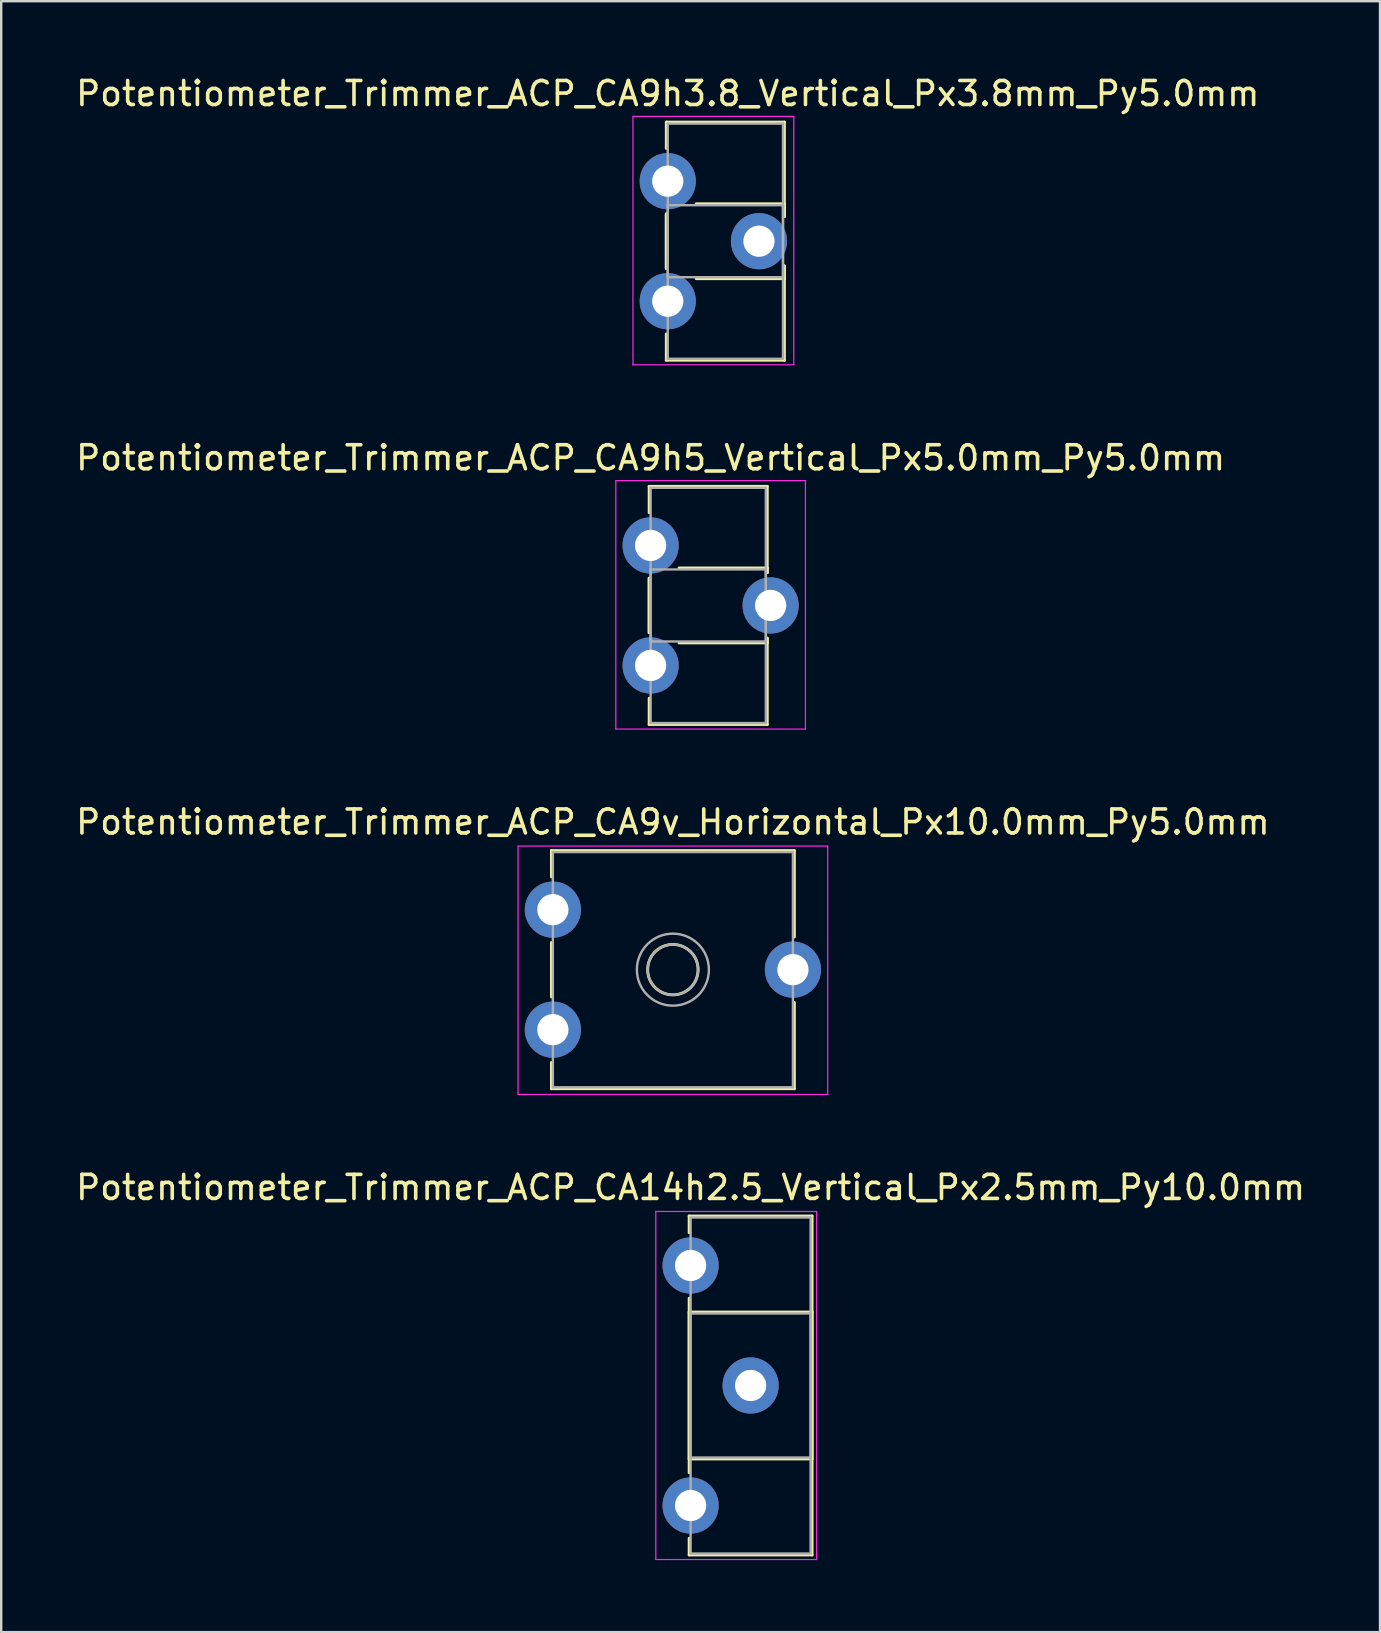
<source format=kicad_pcb>
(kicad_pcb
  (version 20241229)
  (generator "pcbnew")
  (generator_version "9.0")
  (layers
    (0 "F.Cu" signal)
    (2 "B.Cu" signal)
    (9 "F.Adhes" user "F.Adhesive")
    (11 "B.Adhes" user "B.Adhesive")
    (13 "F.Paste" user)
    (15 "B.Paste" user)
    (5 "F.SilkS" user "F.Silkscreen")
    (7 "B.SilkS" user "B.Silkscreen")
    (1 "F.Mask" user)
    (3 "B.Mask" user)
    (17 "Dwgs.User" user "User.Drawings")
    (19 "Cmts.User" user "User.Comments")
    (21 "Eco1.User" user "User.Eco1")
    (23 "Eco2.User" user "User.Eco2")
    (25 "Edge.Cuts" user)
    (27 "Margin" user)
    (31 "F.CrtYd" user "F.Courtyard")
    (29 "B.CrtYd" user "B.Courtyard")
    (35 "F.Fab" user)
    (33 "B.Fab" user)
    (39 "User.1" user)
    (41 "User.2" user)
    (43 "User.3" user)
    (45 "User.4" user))
  (footprint "Potentiometer_Trimmer_ACP_CA9v_Horizontal_Px10.0mm_Py5.0mm"
    (layer "F.Cu")
    (at 19.982 39.845)
    (property "Reference" "Potentiometer_Trimmer_ACP_CA9v_Horizontal_Px10.0mm_Py5.0mm" (at 5 -8.65 0) (layer "F.SilkS") (effects (font (size 1 1) (thickness 0.15))))
    (attr through_hole)
    (fp_line (start -0.06 -7.461) (end -0.06 -6.365) (stroke (width 0.12) (type solid)) (layer "F.SilkS"))
    (fp_line (start -0.06 -7.461) (end 10.06 -7.461) (stroke (width 0.12) (type solid)) (layer "F.SilkS"))
    (fp_line (start -0.06 -3.635) (end -0.06 -1.365) (stroke (width 0.12) (type solid)) (layer "F.SilkS"))
    (fp_line (start -0.06 1.365) (end -0.06 2.46) (stroke (width 0.12) (type solid)) (layer "F.SilkS"))
    (fp_line (start -0.06 2.46) (end 10.06 2.46) (stroke (width 0.12) (type solid)) (layer "F.SilkS"))
    (fp_line (start 10.06 -7.461) (end 10.06 -3.865) (stroke (width 0.12) (type solid)) (layer "F.SilkS"))
    (fp_line (start 10.06 -1.135) (end 10.06 2.46) (stroke (width 0.12) (type solid)) (layer "F.SilkS"))
    (fp_circle (center 5 -2.5) (end 6.05 -2.5) (stroke (width 0.12) (type solid)) (fill no) (layer "F.SilkS"))
    (fp_line (start -1.45 -7.65) (end -1.45 2.7) (stroke (width 0.05) (type solid)) (layer "F.CrtYd"))
    (fp_line (start -1.45 2.7) (end 11.45 2.7) (stroke (width 0.05) (type solid)) (layer "F.CrtYd"))
    (fp_line (start 11.45 -7.65) (end -1.45 -7.65) (stroke (width 0.05) (type solid)) (layer "F.CrtYd"))
    (fp_line (start 11.45 2.7) (end 11.45 -7.65) (stroke (width 0.05) (type solid)) (layer "F.CrtYd"))
    (fp_line (start 0 -7.4) (end 0 2.4) (stroke (width 0.1) (type solid)) (layer "F.Fab"))
    (fp_line (start 0 2.4) (end 10 2.4) (stroke (width 0.1) (type solid)) (layer "F.Fab"))
    (fp_line (start 10 -7.4) (end 0 -7.4) (stroke (width 0.1) (type solid)) (layer "F.Fab"))
    (fp_line (start 10 2.4) (end 10 -7.4) (stroke (width 0.1) (type solid)) (layer "F.Fab"))
    (fp_circle (center 5 -2.5) (end 6.05 -2.5) (stroke (width 0.1) (type solid)) (fill no) (layer "F.Fab"))
    (fp_circle (center 5 -2.5) (end 6.5 -2.5) (stroke (width 0.1) (type solid)) (fill no) (layer "F.Fab"))
    (pad "1" thru_hole circle (at 0 0) (size 2.34 2.34) (drill 1.3) (layers "*.Cu" "*.Mask"))
    (pad "2" thru_hole circle (at 10 -2.5) (size 2.34 2.34) (drill 1.3) (layers "*.Cu" "*.Mask"))
    (pad "3" thru_hole circle (at 0 -5) (size 2.34 2.34) (drill 1.3) (layers "*.Cu" "*.Mask")))
  (footprint "Potentiometer_Trimmer_ACP_CA9h3.8_Vertical_Px3.8mm_Py5.0mm"
    (layer "F.Cu")
    (at 24.768 4.498)
    (property "Reference" "Potentiometer_Trimmer_ACP_CA9h3.8_Vertical_Px3.8mm_Py5.0mm" (at 0 -3.65 0) (layer "F.SilkS") (effects (font (size 1 1) (thickness 0.15))))
    (attr through_hole)
    (fp_line (start -0.061 -2.461) (end -0.061 -1.365) (stroke (width 0.12) (type solid)) (layer "F.SilkS"))
    (fp_line (start -0.061 -2.461) (end 4.86 -2.461) (stroke (width 0.12) (type solid)) (layer "F.SilkS"))
    (fp_line (start -0.061 1.365) (end -0.061 3.635) (stroke (width 0.12) (type solid)) (layer "F.SilkS"))
    (fp_line (start -0.061 1.365) (end -0.061 3.635) (stroke (width 0.12) (type solid)) (layer "F.SilkS"))
    (fp_line (start -0.061 6.365) (end -0.061 7.46) (stroke (width 0.12) (type solid)) (layer "F.SilkS"))
    (fp_line (start -0.061 7.46) (end 4.86 7.46) (stroke (width 0.12) (type solid)) (layer "F.SilkS"))
    (fp_line (start 1.185 0.94) (end 4.86 0.94) (stroke (width 0.12) (type solid)) (layer "F.SilkS"))
    (fp_line (start 1.185 4.061) (end 4.86 4.061) (stroke (width 0.12) (type solid)) (layer "F.SilkS"))
    (fp_line (start 4.86 -2.461) (end 4.86 1.473) (stroke (width 0.12) (type solid)) (layer "F.SilkS"))
    (fp_line (start 4.86 0.94) (end 4.86 1.473) (stroke (width 0.12) (type solid)) (layer "F.SilkS"))
    (fp_line (start 4.86 3.528) (end 4.86 4.061) (stroke (width 0.12) (type solid)) (layer "F.SilkS"))
    (fp_line (start 4.86 3.528) (end 4.86 7.46) (stroke (width 0.12) (type solid)) (layer "F.SilkS"))
    (fp_line (start -1.45 -2.7) (end -1.45 7.65) (stroke (width 0.05) (type solid)) (layer "F.CrtYd"))
    (fp_line (start -1.45 7.65) (end 5.25 7.65) (stroke (width 0.05) (type solid)) (layer "F.CrtYd"))
    (fp_line (start 5.25 -2.7) (end -1.45 -2.7) (stroke (width 0.05) (type solid)) (layer "F.CrtYd"))
    (fp_line (start 5.25 7.65) (end 5.25 -2.7) (stroke (width 0.05) (type solid)) (layer "F.CrtYd"))
    (fp_line (start 0 -2.4) (end 4.8 -2.4) (stroke (width 0.1) (type solid)) (layer "F.Fab"))
    (fp_line (start 0 1) (end 0 4) (stroke (width 0.1) (type solid)) (layer "F.Fab"))
    (fp_line (start 0 4) (end 4.8 4) (stroke (width 0.1) (type solid)) (layer "F.Fab"))
    (fp_line (start 0 7.4) (end 0 -2.4) (stroke (width 0.1) (type solid)) (layer "F.Fab"))
    (fp_line (start 4.8 -2.4) (end 4.8 7.4) (stroke (width 0.1) (type solid)) (layer "F.Fab"))
    (fp_line (start 4.8 1) (end 0 1) (stroke (width 0.1) (type solid)) (layer "F.Fab"))
    (fp_line (start 4.8 4) (end 4.8 1) (stroke (width 0.1) (type solid)) (layer "F.Fab"))
    (fp_line (start 4.8 7.4) (end 0 7.4) (stroke (width 0.1) (type solid)) (layer "F.Fab"))
    (pad "1" thru_hole circle (at 0 0) (size 2.34 2.34) (drill 1.3) (layers "*.Cu" "*.Mask"))
    (pad "2" thru_hole circle (at 3.8 2.5) (size 2.34 2.34) (drill 1.3) (layers "*.Cu" "*.Mask"))
    (pad "3" thru_hole circle (at 0 5) (size 2.34 2.34) (drill 1.3) (layers "*.Cu" "*.Mask")))
  (footprint "Potentiometer_Trimmer_ACP_CA14h2.5_Vertical_Px2.5mm_Py10.0mm"
    (layer "F.Cu")
    (at 25.72 49.668)
    (property "Reference" "Potentiometer_Trimmer_ACP_CA14h2.5_Vertical_Px2.5mm_Py10.0mm" (at 0 -3.25 0) (layer "F.SilkS") (effects (font (size 1 1) (thickness 0.15))))
    (attr through_hole)
    (fp_line (start -0.061 -2.06) (end -0.061 -1.365) (stroke (width 0.12) (type solid)) (layer "F.SilkS"))
    (fp_line (start -0.061 -2.06) (end 5.06 -2.06) (stroke (width 0.12) (type solid)) (layer "F.SilkS"))
    (fp_line (start -0.061 1.365) (end -0.061 8.635) (stroke (width 0.12) (type solid)) (layer "F.SilkS"))
    (fp_line (start -0.061 1.94) (end -0.061 8.06) (stroke (width 0.12) (type solid)) (layer "F.SilkS"))
    (fp_line (start -0.061 1.94) (end 5.06 1.94) (stroke (width 0.12) (type solid)) (layer "F.SilkS"))
    (fp_line (start -0.061 8.06) (end 5.06 8.06) (stroke (width 0.12) (type solid)) (layer "F.SilkS"))
    (fp_line (start -0.061 11.365) (end -0.061 12.06) (stroke (width 0.12) (type solid)) (layer "F.SilkS"))
    (fp_line (start -0.061 12.06) (end 5.06 12.06) (stroke (width 0.12) (type solid)) (layer "F.SilkS"))
    (fp_line (start 5.06 -2.06) (end 5.06 12.06) (stroke (width 0.12) (type solid)) (layer "F.SilkS"))
    (fp_line (start 5.06 1.94) (end 5.06 8.06) (stroke (width 0.12) (type solid)) (layer "F.SilkS"))
    (fp_line (start -1.45 -2.25) (end -1.45 12.25) (stroke (width 0.05) (type solid)) (layer "F.CrtYd"))
    (fp_line (start -1.45 12.25) (end 5.25 12.25) (stroke (width 0.05) (type solid)) (layer "F.CrtYd"))
    (fp_line (start 5.25 -2.25) (end -1.45 -2.25) (stroke (width 0.05) (type solid)) (layer "F.CrtYd"))
    (fp_line (start 5.25 12.25) (end 5.25 -2.25) (stroke (width 0.05) (type solid)) (layer "F.CrtYd"))
    (fp_line (start 0 -2) (end 5 -2) (stroke (width 0.1) (type solid)) (layer "F.Fab"))
    (fp_line (start 0 2) (end 0 8) (stroke (width 0.1) (type solid)) (layer "F.Fab"))
    (fp_line (start 0 8) (end 5 8) (stroke (width 0.1) (type solid)) (layer "F.Fab"))
    (fp_line (start 0 12) (end 0 -2) (stroke (width 0.1) (type solid)) (layer "F.Fab"))
    (fp_line (start 5 -2) (end 5 12) (stroke (width 0.1) (type solid)) (layer "F.Fab"))
    (fp_line (start 5 2) (end 0 2) (stroke (width 0.1) (type solid)) (layer "F.Fab"))
    (fp_line (start 5 8) (end 5 2) (stroke (width 0.1) (type solid)) (layer "F.Fab"))
    (fp_line (start 5 12) (end 0 12) (stroke (width 0.1) (type solid)) (layer "F.Fab"))
    (pad "1" thru_hole circle (at 0 0) (size 2.34 2.34) (drill 1.3) (layers "*.Cu" "*.Mask"))
    (pad "2" thru_hole circle (at 2.5 5) (size 2.34 2.34) (drill 1.3) (layers "*.Cu" "*.Mask"))
    (pad "3" thru_hole circle (at 0 10) (size 2.34 2.34) (drill 1.3) (layers "*.Cu" "*.Mask")))
  (footprint "Potentiometer_Trimmer_ACP_CA9h5_Vertical_Px5.0mm_Py5.0mm"
    (layer "F.Cu")
    (at 24.054 19.672)
    (property "Reference" "Potentiometer_Trimmer_ACP_CA9h5_Vertical_Px5.0mm_Py5.0mm" (at 0 -3.65 0) (layer "F.SilkS") (effects (font (size 1 1) (thickness 0.15))))
    (attr through_hole)
    (fp_line (start -0.061 -2.461) (end -0.061 -1.365) (stroke (width 0.12) (type solid)) (layer "F.SilkS"))
    (fp_line (start -0.061 -2.461) (end 4.86 -2.461) (stroke (width 0.12) (type solid)) (layer "F.SilkS"))
    (fp_line (start -0.061 1.365) (end -0.061 3.635) (stroke (width 0.12) (type solid)) (layer "F.SilkS"))
    (fp_line (start -0.061 1.365) (end -0.061 3.635) (stroke (width 0.12) (type solid)) (layer "F.SilkS"))
    (fp_line (start -0.061 6.365) (end -0.061 7.46) (stroke (width 0.12) (type solid)) (layer "F.SilkS"))
    (fp_line (start -0.061 7.46) (end 4.86 7.46) (stroke (width 0.12) (type solid)) (layer "F.SilkS"))
    (fp_line (start 1.185 0.94) (end 4.86 0.94) (stroke (width 0.12) (type solid)) (layer "F.SilkS"))
    (fp_line (start 1.185 4.061) (end 4.86 4.061) (stroke (width 0.12) (type solid)) (layer "F.SilkS"))
    (fp_line (start 4.86 -2.461) (end 4.86 1.135) (stroke (width 0.12) (type solid)) (layer "F.SilkS"))
    (fp_line (start 4.86 0.94) (end 4.86 1.135) (stroke (width 0.12) (type solid)) (layer "F.SilkS"))
    (fp_line (start 4.86 3.865) (end 4.86 4.061) (stroke (width 0.12) (type solid)) (layer "F.SilkS"))
    (fp_line (start 4.86 3.865) (end 4.86 7.46) (stroke (width 0.12) (type solid)) (layer "F.SilkS"))
    (fp_line (start -1.45 -2.7) (end -1.45 7.65) (stroke (width 0.05) (type solid)) (layer "F.CrtYd"))
    (fp_line (start -1.45 7.65) (end 6.45 7.65) (stroke (width 0.05) (type solid)) (layer "F.CrtYd"))
    (fp_line (start 6.45 -2.7) (end -1.45 -2.7) (stroke (width 0.05) (type solid)) (layer "F.CrtYd"))
    (fp_line (start 6.45 7.65) (end 6.45 -2.7) (stroke (width 0.05) (type solid)) (layer "F.CrtYd"))
    (fp_line (start 0 -2.4) (end 4.8 -2.4) (stroke (width 0.1) (type solid)) (layer "F.Fab"))
    (fp_line (start 0 1) (end 0 4) (stroke (width 0.1) (type solid)) (layer "F.Fab"))
    (fp_line (start 0 4) (end 4.8 4) (stroke (width 0.1) (type solid)) (layer "F.Fab"))
    (fp_line (start 0 7.4) (end 0 -2.4) (stroke (width 0.1) (type solid)) (layer "F.Fab"))
    (fp_line (start 4.8 -2.4) (end 4.8 7.4) (stroke (width 0.1) (type solid)) (layer "F.Fab"))
    (fp_line (start 4.8 1) (end 0 1) (stroke (width 0.1) (type solid)) (layer "F.Fab"))
    (fp_line (start 4.8 4) (end 4.8 1) (stroke (width 0.1) (type solid)) (layer "F.Fab"))
    (fp_line (start 4.8 7.4) (end 0 7.4) (stroke (width 0.1) (type solid)) (layer "F.Fab"))
    (pad "1" thru_hole circle (at 0 0) (size 2.34 2.34) (drill 1.3) (layers "*.Cu" "*.Mask"))
    (pad "2" thru_hole circle (at 5 2.5) (size 2.34 2.34) (drill 1.3) (layers "*.Cu" "*.Mask"))
    (pad "3" thru_hole circle (at 0 5) (size 2.34 2.34) (drill 1.3) (layers "*.Cu" "*.Mask")))
  (gr_rect
    (start -3 -3)
    (end 54.44 64.943)
    (stroke (width 0.1) (type default))
    (fill no)
    (layer "Edge.Cuts")))
</source>
